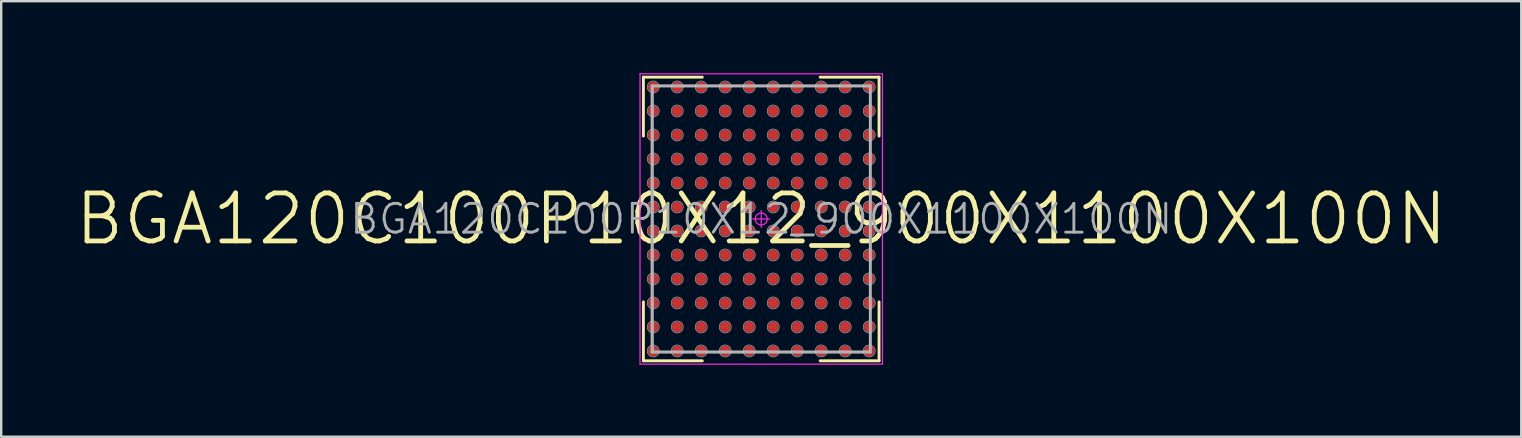
<source format=kicad_pcb>
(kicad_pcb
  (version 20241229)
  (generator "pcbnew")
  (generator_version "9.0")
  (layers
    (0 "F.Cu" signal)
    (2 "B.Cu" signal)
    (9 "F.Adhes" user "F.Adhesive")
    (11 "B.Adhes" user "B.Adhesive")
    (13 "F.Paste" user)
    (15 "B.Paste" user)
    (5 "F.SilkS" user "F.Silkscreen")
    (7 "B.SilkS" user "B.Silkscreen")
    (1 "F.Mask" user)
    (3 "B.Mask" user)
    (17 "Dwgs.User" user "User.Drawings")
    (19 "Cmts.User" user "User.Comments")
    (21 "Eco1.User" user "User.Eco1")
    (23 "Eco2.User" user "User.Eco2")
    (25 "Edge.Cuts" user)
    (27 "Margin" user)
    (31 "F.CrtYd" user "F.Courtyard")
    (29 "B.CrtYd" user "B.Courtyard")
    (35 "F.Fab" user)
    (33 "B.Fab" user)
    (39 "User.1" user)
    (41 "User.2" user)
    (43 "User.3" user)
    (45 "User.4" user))
  (footprint "BGA120C100P10X12_900X1100X100N"
    (layer "F.Cu")
    (at 28.671 6.075)
    (property "Reference" "BGA120C100P10X12_900X1100X100N" (at 0 0 0) (layer "F.Fab") (effects (font (size 1.2 1.2) (thickness 0.12))))
    (attr smd)
    (fp_line (start -4.91 -5.91) (end -4.91 -3.455) (stroke (width 0.12) (type solid)) (layer "F.SilkS"))
    (fp_line (start -4.91 5.91) (end -4.91 3.455) (stroke (width 0.12) (type solid)) (layer "F.SilkS"))
    (fp_line (start -2.455 -5.91) (end -4.91 -5.91) (stroke (width 0.12) (type solid)) (layer "F.SilkS"))
    (fp_line (start -2.455 5.91) (end -4.91 5.91) (stroke (width 0.12) (type solid)) (layer "F.SilkS"))
    (fp_line (start 2.455 -5.91) (end 4.91 -5.91) (stroke (width 0.12) (type solid)) (layer "F.SilkS"))
    (fp_line (start 2.455 5.91) (end 4.91 5.91) (stroke (width 0.12) (type solid)) (layer "F.SilkS"))
    (fp_line (start 4.91 -5.91) (end 4.91 -3.455) (stroke (width 0.12) (type solid)) (layer "F.SilkS"))
    (fp_line (start 4.91 5.91) (end 4.91 3.455) (stroke (width 0.12) (type solid)) (layer "F.SilkS"))
    (fp_line (start -4.5 -5.5) (end 4.5 -5.5) (stroke (width 0.025) (type solid)) (layer "Dwgs.User"))
    (fp_line (start -4.5 5.5) (end -4.5 -5.5) (stroke (width 0.025) (type solid)) (layer "Dwgs.User"))
    (fp_line (start 4.5 -5.5) (end 4.5 5.5) (stroke (width 0.025) (type solid)) (layer "Dwgs.User"))
    (fp_line (start 4.5 5.5) (end -4.5 5.5) (stroke (width 0.025) (type solid)) (layer "Dwgs.User"))
    (fp_circle (center -4.5 -5.5) (end -4.5 -5.25) (stroke (width 0.025) (type solid)) (fill no) (layer "Dwgs.User"))
    (fp_circle (center -4.5 -4.5) (end -4.5 -4.25) (stroke (width 0.025) (type solid)) (fill no) (layer "Dwgs.User"))
    (fp_circle (center -4.5 -3.5) (end -4.5 -3.25) (stroke (width 0.025) (type solid)) (fill no) (layer "Dwgs.User"))
    (fp_circle (center -4.5 -2.5) (end -4.5 -2.25) (stroke (width 0.025) (type solid)) (fill no) (layer "Dwgs.User"))
    (fp_circle (center -4.5 -1.5) (end -4.5 -1.25) (stroke (width 0.025) (type solid)) (fill no) (layer "Dwgs.User"))
    (fp_circle (center -4.5 -0.5) (end -4.5 -0.25) (stroke (width 0.025) (type solid)) (fill no) (layer "Dwgs.User"))
    (fp_circle (center -4.5 0.5) (end -4.5 0.75) (stroke (width 0.025) (type solid)) (fill no) (layer "Dwgs.User"))
    (fp_circle (center -4.5 1.5) (end -4.5 1.75) (stroke (width 0.025) (type solid)) (fill no) (layer "Dwgs.User"))
    (fp_circle (center -4.5 2.5) (end -4.5 2.75) (stroke (width 0.025) (type solid)) (fill no) (layer "Dwgs.User"))
    (fp_circle (center -4.5 3.5) (end -4.5 3.75) (stroke (width 0.025) (type solid)) (fill no) (layer "Dwgs.User"))
    (fp_circle (center -4.5 4.5) (end -4.5 4.75) (stroke (width 0.025) (type solid)) (fill no) (layer "Dwgs.User"))
    (fp_circle (center -4.5 5.5) (end -4.5 5.75) (stroke (width 0.025) (type solid)) (fill no) (layer "Dwgs.User"))
    (fp_circle (center -3.5 -5.5) (end -3.5 -5.25) (stroke (width 0.025) (type solid)) (fill no) (layer "Dwgs.User"))
    (fp_circle (center -3.5 -4.5) (end -3.5 -4.25) (stroke (width 0.025) (type solid)) (fill no) (layer "Dwgs.User"))
    (fp_circle (center -3.5 -3.5) (end -3.5 -3.25) (stroke (width 0.025) (type solid)) (fill no) (layer "Dwgs.User"))
    (fp_circle (center -3.5 -2.5) (end -3.5 -2.25) (stroke (width 0.025) (type solid)) (fill no) (layer "Dwgs.User"))
    (fp_circle (center -3.5 -1.5) (end -3.5 -1.25) (stroke (width 0.025) (type solid)) (fill no) (layer "Dwgs.User"))
    (fp_circle (center -3.5 -0.5) (end -3.5 -0.25) (stroke (width 0.025) (type solid)) (fill no) (layer "Dwgs.User"))
    (fp_circle (center -3.5 0.5) (end -3.5 0.75) (stroke (width 0.025) (type solid)) (fill no) (layer "Dwgs.User"))
    (fp_circle (center -3.5 1.5) (end -3.5 1.75) (stroke (width 0.025) (type solid)) (fill no) (layer "Dwgs.User"))
    (fp_circle (center -3.5 2.5) (end -3.5 2.75) (stroke (width 0.025) (type solid)) (fill no) (layer "Dwgs.User"))
    (fp_circle (center -3.5 3.5) (end -3.5 3.75) (stroke (width 0.025) (type solid)) (fill no) (layer "Dwgs.User"))
    (fp_circle (center -3.5 4.5) (end -3.5 4.75) (stroke (width 0.025) (type solid)) (fill no) (layer "Dwgs.User"))
    (fp_circle (center -3.5 5.5) (end -3.5 5.75) (stroke (width 0.025) (type solid)) (fill no) (layer "Dwgs.User"))
    (fp_circle (center -2.5 -5.5) (end -2.5 -5.25) (stroke (width 0.025) (type solid)) (fill no) (layer "Dwgs.User"))
    (fp_circle (center -2.5 -4.5) (end -2.5 -4.25) (stroke (width 0.025) (type solid)) (fill no) (layer "Dwgs.User"))
    (fp_circle (center -2.5 -3.5) (end -2.5 -3.25) (stroke (width 0.025) (type solid)) (fill no) (layer "Dwgs.User"))
    (fp_circle (center -2.5 -2.5) (end -2.5 -2.25) (stroke (width 0.025) (type solid)) (fill no) (layer "Dwgs.User"))
    (fp_circle (center -2.5 -1.5) (end -2.5 -1.25) (stroke (width 0.025) (type solid)) (fill no) (layer "Dwgs.User"))
    (fp_circle (center -2.5 -0.5) (end -2.5 -0.25) (stroke (width 0.025) (type solid)) (fill no) (layer "Dwgs.User"))
    (fp_circle (center -2.5 0.5) (end -2.5 0.75) (stroke (width 0.025) (type solid)) (fill no) (layer "Dwgs.User"))
    (fp_circle (center -2.5 1.5) (end -2.5 1.75) (stroke (width 0.025) (type solid)) (fill no) (layer "Dwgs.User"))
    (fp_circle (center -2.5 2.5) (end -2.5 2.75) (stroke (width 0.025) (type solid)) (fill no) (layer "Dwgs.User"))
    (fp_circle (center -2.5 3.5) (end -2.5 3.75) (stroke (width 0.025) (type solid)) (fill no) (layer "Dwgs.User"))
    (fp_circle (center -2.5 4.5) (end -2.5 4.75) (stroke (width 0.025) (type solid)) (fill no) (layer "Dwgs.User"))
    (fp_circle (center -2.5 5.5) (end -2.5 5.75) (stroke (width 0.025) (type solid)) (fill no) (layer "Dwgs.User"))
    (fp_circle (center -1.5 -5.5) (end -1.5 -5.25) (stroke (width 0.025) (type solid)) (fill no) (layer "Dwgs.User"))
    (fp_circle (center -1.5 -4.5) (end -1.5 -4.25) (stroke (width 0.025) (type solid)) (fill no) (layer "Dwgs.User"))
    (fp_circle (center -1.5 -3.5) (end -1.5 -3.25) (stroke (width 0.025) (type solid)) (fill no) (layer "Dwgs.User"))
    (fp_circle (center -1.5 -2.5) (end -1.5 -2.25) (stroke (width 0.025) (type solid)) (fill no) (layer "Dwgs.User"))
    (fp_circle (center -1.5 -1.5) (end -1.5 -1.25) (stroke (width 0.025) (type solid)) (fill no) (layer "Dwgs.User"))
    (fp_circle (center -1.5 -0.5) (end -1.5 -0.25) (stroke (width 0.025) (type solid)) (fill no) (layer "Dwgs.User"))
    (fp_circle (center -1.5 0.5) (end -1.5 0.75) (stroke (width 0.025) (type solid)) (fill no) (layer "Dwgs.User"))
    (fp_circle (center -1.5 1.5) (end -1.5 1.75) (stroke (width 0.025) (type solid)) (fill no) (layer "Dwgs.User"))
    (fp_circle (center -1.5 2.5) (end -1.5 2.75) (stroke (width 0.025) (type solid)) (fill no) (layer "Dwgs.User"))
    (fp_circle (center -1.5 3.5) (end -1.5 3.75) (stroke (width 0.025) (type solid)) (fill no) (layer "Dwgs.User"))
    (fp_circle (center -1.5 4.5) (end -1.5 4.75) (stroke (width 0.025) (type solid)) (fill no) (layer "Dwgs.User"))
    (fp_circle (center -1.5 5.5) (end -1.5 5.75) (stroke (width 0.025) (type solid)) (fill no) (layer "Dwgs.User"))
    (fp_circle (center -0.5 -5.5) (end -0.5 -5.25) (stroke (width 0.025) (type solid)) (fill no) (layer "Dwgs.User"))
    (fp_circle (center -0.5 -4.5) (end -0.5 -4.25) (stroke (width 0.025) (type solid)) (fill no) (layer "Dwgs.User"))
    (fp_circle (center -0.5 -3.5) (end -0.5 -3.25) (stroke (width 0.025) (type solid)) (fill no) (layer "Dwgs.User"))
    (fp_circle (center -0.5 -2.5) (end -0.5 -2.25) (stroke (width 0.025) (type solid)) (fill no) (layer "Dwgs.User"))
    (fp_circle (center -0.5 -1.5) (end -0.5 -1.25) (stroke (width 0.025) (type solid)) (fill no) (layer "Dwgs.User"))
    (fp_circle (center -0.5 -0.5) (end -0.5 -0.25) (stroke (width 0.025) (type solid)) (fill no) (layer "Dwgs.User"))
    (fp_circle (center -0.5 0.5) (end -0.5 0.75) (stroke (width 0.025) (type solid)) (fill no) (layer "Dwgs.User"))
    (fp_circle (center -0.5 1.5) (end -0.5 1.75) (stroke (width 0.025) (type solid)) (fill no) (layer "Dwgs.User"))
    (fp_circle (center -0.5 2.5) (end -0.5 2.75) (stroke (width 0.025) (type solid)) (fill no) (layer "Dwgs.User"))
    (fp_circle (center -0.5 3.5) (end -0.5 3.75) (stroke (width 0.025) (type solid)) (fill no) (layer "Dwgs.User"))
    (fp_circle (center -0.5 4.5) (end -0.5 4.75) (stroke (width 0.025) (type solid)) (fill no) (layer "Dwgs.User"))
    (fp_circle (center -0.5 5.5) (end -0.5 5.75) (stroke (width 0.025) (type solid)) (fill no) (layer "Dwgs.User"))
    (fp_circle (center 0.5 -5.5) (end 0.5 -5.25) (stroke (width 0.025) (type solid)) (fill no) (layer "Dwgs.User"))
    (fp_circle (center 0.5 -4.5) (end 0.5 -4.25) (stroke (width 0.025) (type solid)) (fill no) (layer "Dwgs.User"))
    (fp_circle (center 0.5 -3.5) (end 0.5 -3.25) (stroke (width 0.025) (type solid)) (fill no) (layer "Dwgs.User"))
    (fp_circle (center 0.5 -2.5) (end 0.5 -2.25) (stroke (width 0.025) (type solid)) (fill no) (layer "Dwgs.User"))
    (fp_circle (center 0.5 -1.5) (end 0.5 -1.25) (stroke (width 0.025) (type solid)) (fill no) (layer "Dwgs.User"))
    (fp_circle (center 0.5 -0.5) (end 0.5 -0.25) (stroke (width 0.025) (type solid)) (fill no) (layer "Dwgs.User"))
    (fp_circle (center 0.5 0.5) (end 0.5 0.75) (stroke (width 0.025) (type solid)) (fill no) (layer "Dwgs.User"))
    (fp_circle (center 0.5 1.5) (end 0.5 1.75) (stroke (width 0.025) (type solid)) (fill no) (layer "Dwgs.User"))
    (fp_circle (center 0.5 2.5) (end 0.5 2.75) (stroke (width 0.025) (type solid)) (fill no) (layer "Dwgs.User"))
    (fp_circle (center 0.5 3.5) (end 0.5 3.75) (stroke (width 0.025) (type solid)) (fill no) (layer "Dwgs.User"))
    (fp_circle (center 0.5 4.5) (end 0.5 4.75) (stroke (width 0.025) (type solid)) (fill no) (layer "Dwgs.User"))
    (fp_circle (center 0.5 5.5) (end 0.5 5.75) (stroke (width 0.025) (type solid)) (fill no) (layer "Dwgs.User"))
    (fp_circle (center 1.5 -5.5) (end 1.5 -5.25) (stroke (width 0.025) (type solid)) (fill no) (layer "Dwgs.User"))
    (fp_circle (center 1.5 -4.5) (end 1.5 -4.25) (stroke (width 0.025) (type solid)) (fill no) (layer "Dwgs.User"))
    (fp_circle (center 1.5 -3.5) (end 1.5 -3.25) (stroke (width 0.025) (type solid)) (fill no) (layer "Dwgs.User"))
    (fp_circle (center 1.5 -2.5) (end 1.5 -2.25) (stroke (width 0.025) (type solid)) (fill no) (layer "Dwgs.User"))
    (fp_circle (center 1.5 -1.5) (end 1.5 -1.25) (stroke (width 0.025) (type solid)) (fill no) (layer "Dwgs.User"))
    (fp_circle (center 1.5 -0.5) (end 1.5 -0.25) (stroke (width 0.025) (type solid)) (fill no) (layer "Dwgs.User"))
    (fp_circle (center 1.5 0.5) (end 1.5 0.75) (stroke (width 0.025) (type solid)) (fill no) (layer "Dwgs.User"))
    (fp_circle (center 1.5 1.5) (end 1.5 1.75) (stroke (width 0.025) (type solid)) (fill no) (layer "Dwgs.User"))
    (fp_circle (center 1.5 2.5) (end 1.5 2.75) (stroke (width 0.025) (type solid)) (fill no) (layer "Dwgs.User"))
    (fp_circle (center 1.5 3.5) (end 1.5 3.75) (stroke (width 0.025) (type solid)) (fill no) (layer "Dwgs.User"))
    (fp_circle (center 1.5 4.5) (end 1.5 4.75) (stroke (width 0.025) (type solid)) (fill no) (layer "Dwgs.User"))
    (fp_circle (center 1.5 5.5) (end 1.5 5.75) (stroke (width 0.025) (type solid)) (fill no) (layer "Dwgs.User"))
    (fp_circle (center 2.5 -5.5) (end 2.5 -5.25) (stroke (width 0.025) (type solid)) (fill no) (layer "Dwgs.User"))
    (fp_circle (center 2.5 -4.5) (end 2.5 -4.25) (stroke (width 0.025) (type solid)) (fill no) (layer "Dwgs.User"))
    (fp_circle (center 2.5 -3.5) (end 2.5 -3.25) (stroke (width 0.025) (type solid)) (fill no) (layer "Dwgs.User"))
    (fp_circle (center 2.5 -2.5) (end 2.5 -2.25) (stroke (width 0.025) (type solid)) (fill no) (layer "Dwgs.User"))
    (fp_circle (center 2.5 -1.5) (end 2.5 -1.25) (stroke (width 0.025) (type solid)) (fill no) (layer "Dwgs.User"))
    (fp_circle (center 2.5 -0.5) (end 2.5 -0.25) (stroke (width 0.025) (type solid)) (fill no) (layer "Dwgs.User"))
    (fp_circle (center 2.5 0.5) (end 2.5 0.75) (stroke (width 0.025) (type solid)) (fill no) (layer "Dwgs.User"))
    (fp_circle (center 2.5 1.5) (end 2.5 1.75) (stroke (width 0.025) (type solid)) (fill no) (layer "Dwgs.User"))
    (fp_circle (center 2.5 2.5) (end 2.5 2.75) (stroke (width 0.025) (type solid)) (fill no) (layer "Dwgs.User"))
    (fp_circle (center 2.5 3.5) (end 2.5 3.75) (stroke (width 0.025) (type solid)) (fill no) (layer "Dwgs.User"))
    (fp_circle (center 2.5 4.5) (end 2.5 4.75) (stroke (width 0.025) (type solid)) (fill no) (layer "Dwgs.User"))
    (fp_circle (center 2.5 5.5) (end 2.5 5.75) (stroke (width 0.025) (type solid)) (fill no) (layer "Dwgs.User"))
    (fp_circle (center 3.5 -5.5) (end 3.5 -5.25) (stroke (width 0.025) (type solid)) (fill no) (layer "Dwgs.User"))
    (fp_circle (center 3.5 -4.5) (end 3.5 -4.25) (stroke (width 0.025) (type solid)) (fill no) (layer "Dwgs.User"))
    (fp_circle (center 3.5 -3.5) (end 3.5 -3.25) (stroke (width 0.025) (type solid)) (fill no) (layer "Dwgs.User"))
    (fp_circle (center 3.5 -2.5) (end 3.5 -2.25) (stroke (width 0.025) (type solid)) (fill no) (layer "Dwgs.User"))
    (fp_circle (center 3.5 -1.5) (end 3.5 -1.25) (stroke (width 0.025) (type solid)) (fill no) (layer "Dwgs.User"))
    (fp_circle (center 3.5 -0.5) (end 3.5 -0.25) (stroke (width 0.025) (type solid)) (fill no) (layer "Dwgs.User"))
    (fp_circle (center 3.5 0.5) (end 3.5 0.75) (stroke (width 0.025) (type solid)) (fill no) (layer "Dwgs.User"))
    (fp_circle (center 3.5 1.5) (end 3.5 1.75) (stroke (width 0.025) (type solid)) (fill no) (layer "Dwgs.User"))
    (fp_circle (center 3.5 2.5) (end 3.5 2.75) (stroke (width 0.025) (type solid)) (fill no) (layer "Dwgs.User"))
    (fp_circle (center 3.5 3.5) (end 3.5 3.75) (stroke (width 0.025) (type solid)) (fill no) (layer "Dwgs.User"))
    (fp_circle (center 3.5 4.5) (end 3.5 4.75) (stroke (width 0.025) (type solid)) (fill no) (layer "Dwgs.User"))
    (fp_circle (center 3.5 5.5) (end 3.5 5.75) (stroke (width 0.025) (type solid)) (fill no) (layer "Dwgs.User"))
    (fp_circle (center 4.5 -5.5) (end 4.5 -5.25) (stroke (width 0.025) (type solid)) (fill no) (layer "Dwgs.User"))
    (fp_circle (center 4.5 -4.5) (end 4.5 -4.25) (stroke (width 0.025) (type solid)) (fill no) (layer "Dwgs.User"))
    (fp_circle (center 4.5 -3.5) (end 4.5 -3.25) (stroke (width 0.025) (type solid)) (fill no) (layer "Dwgs.User"))
    (fp_circle (center 4.5 -2.5) (end 4.5 -2.25) (stroke (width 0.025) (type solid)) (fill no) (layer "Dwgs.User"))
    (fp_circle (center 4.5 -1.5) (end 4.5 -1.25) (stroke (width 0.025) (type solid)) (fill no) (layer "Dwgs.User"))
    (fp_circle (center 4.5 -0.5) (end 4.5 -0.25) (stroke (width 0.025) (type solid)) (fill no) (layer "Dwgs.User"))
    (fp_circle (center 4.5 0.5) (end 4.5 0.75) (stroke (width 0.025) (type solid)) (fill no) (layer "Dwgs.User"))
    (fp_circle (center 4.5 1.5) (end 4.5 1.75) (stroke (width 0.025) (type solid)) (fill no) (layer "Dwgs.User"))
    (fp_circle (center 4.5 2.5) (end 4.5 2.75) (stroke (width 0.025) (type solid)) (fill no) (layer "Dwgs.User"))
    (fp_circle (center 4.5 3.5) (end 4.5 3.75) (stroke (width 0.025) (type solid)) (fill no) (layer "Dwgs.User"))
    (fp_circle (center 4.5 4.5) (end 4.5 4.75) (stroke (width 0.025) (type solid)) (fill no) (layer "Dwgs.User"))
    (fp_circle (center 4.5 5.5) (end 4.5 5.75) (stroke (width 0.025) (type solid)) (fill no) (layer "Dwgs.User"))
    (fp_line (start -5.05 -6.05) (end 5.05 -6.05) (stroke (width 0.05) (type solid)) (layer "F.CrtYd"))
    (fp_line (start -5.05 6.05) (end -5.05 -6.05) (stroke (width 0.05) (type solid)) (layer "F.CrtYd"))
    (fp_line (start 0 0.35) (end 0 -0.35) (stroke (width 0.05) (type solid)) (layer "F.CrtYd"))
    (fp_line (start 0.35 0) (end -0.35 0) (stroke (width 0.05) (type solid)) (layer "F.CrtYd"))
    (fp_line (start 5.05 -6.05) (end 5.05 6.05) (stroke (width 0.05) (type solid)) (layer "F.CrtYd"))
    (fp_line (start 5.05 6.05) (end -5.05 6.05) (stroke (width 0.05) (type solid)) (layer "F.CrtYd"))
    (fp_circle (center 0 0) (end 0 0.25) (stroke (width 0.05) (type solid)) (fill no) (layer "F.CrtYd"))
    (fp_line (start -4.55 -5.55) (end 4.55 -5.55) (stroke (width 0.12) (type solid)) (layer "F.Fab"))
    (fp_line (start -4.55 5.55) (end -4.55 -5.55) (stroke (width 0.12) (type solid)) (layer "F.Fab"))
    (fp_line (start 4.55 -5.55) (end 4.55 5.55) (stroke (width 0.12) (type solid)) (layer "F.Fab"))
    (fp_line (start 4.55 5.55) (end -4.55 5.55) (stroke (width 0.12) (type solid)) (layer "F.Fab"))
    (fp_text user "${REFERENCE}" (at 0 0 0) (layer "F.SilkS") (effects (font (size 2 2) (thickness 0.2))))
    (pad "A1" smd circle (at 4.5 -5.5) (size 0.45 0.45) (layers "F.Cu" "F.Mask" "F.Paste"))
    (pad "A2" smd circle (at 4.5 -4.5) (size 0.45 0.45) (layers "F.Cu" "F.Mask" "F.Paste"))
    (pad "A3" smd circle (at 4.5 -3.5) (size 0.45 0.45) (layers "F.Cu" "F.Mask" "F.Paste"))
    (pad "A4" smd circle (at 4.5 -2.5) (size 0.45 0.45) (layers "F.Cu" "F.Mask" "F.Paste"))
    (pad "A5" smd circle (at 4.5 -1.5) (size 0.45 0.45) (layers "F.Cu" "F.Mask" "F.Paste"))
    (pad "A6" smd circle (at 4.5 -0.5) (size 0.45 0.45) (layers "F.Cu" "F.Mask" "F.Paste"))
    (pad "A7" smd circle (at 4.5 0.5) (size 0.45 0.45) (layers "F.Cu" "F.Mask" "F.Paste"))
    (pad "A8" smd circle (at 4.5 1.5) (size 0.45 0.45) (layers "F.Cu" "F.Mask" "F.Paste"))
    (pad "A9" smd circle (at 4.5 2.5) (size 0.45 0.45) (layers "F.Cu" "F.Mask" "F.Paste"))
    (pad "A10" smd circle (at 4.5 3.5) (size 0.45 0.45) (layers "F.Cu" "F.Mask" "F.Paste"))
    (pad "A11" smd circle (at 4.5 4.5) (size 0.45 0.45) (layers "F.Cu" "F.Mask" "F.Paste"))
    (pad "A12" smd circle (at 4.5 5.5) (size 0.45 0.45) (layers "F.Cu" "F.Mask" "F.Paste"))
    (pad "B1" smd circle (at 3.5 -5.5) (size 0.45 0.45) (layers "F.Cu" "F.Mask" "F.Paste"))
    (pad "B2" smd circle (at 3.5 -4.5) (size 0.45 0.45) (layers "F.Cu" "F.Mask" "F.Paste"))
    (pad "B3" smd circle (at 3.5 -3.5) (size 0.45 0.45) (layers "F.Cu" "F.Mask" "F.Paste"))
    (pad "B4" smd circle (at 3.5 -2.5) (size 0.45 0.45) (layers "F.Cu" "F.Mask" "F.Paste"))
    (pad "B5" smd circle (at 3.5 -1.5) (size 0.45 0.45) (layers "F.Cu" "F.Mask" "F.Paste"))
    (pad "B6" smd circle (at 3.5 -0.5) (size 0.45 0.45) (layers "F.Cu" "F.Mask" "F.Paste"))
    (pad "B7" smd circle (at 3.5 0.5) (size 0.45 0.45) (layers "F.Cu" "F.Mask" "F.Paste"))
    (pad "B8" smd circle (at 3.5 1.5) (size 0.45 0.45) (layers "F.Cu" "F.Mask" "F.Paste"))
    (pad "B9" smd circle (at 3.5 2.5) (size 0.45 0.45) (layers "F.Cu" "F.Mask" "F.Paste"))
    (pad "B10" smd circle (at 3.5 3.5) (size 0.45 0.45) (layers "F.Cu" "F.Mask" "F.Paste"))
    (pad "B11" smd circle (at 3.5 4.5) (size 0.45 0.45) (layers "F.Cu" "F.Mask" "F.Paste"))
    (pad "B12" smd circle (at 3.5 5.5) (size 0.45 0.45) (layers "F.Cu" "F.Mask" "F.Paste"))
    (pad "C1" smd circle (at 2.5 -5.5) (size 0.45 0.45) (layers "F.Cu" "F.Mask" "F.Paste"))
    (pad "C2" smd circle (at 2.5 -4.5) (size 0.45 0.45) (layers "F.Cu" "F.Mask" "F.Paste"))
    (pad "C3" smd circle (at 2.5 -3.5) (size 0.45 0.45) (layers "F.Cu" "F.Mask" "F.Paste"))
    (pad "C4" smd circle (at 2.5 -2.5) (size 0.45 0.45) (layers "F.Cu" "F.Mask" "F.Paste"))
    (pad "C5" smd circle (at 2.5 -1.5) (size 0.45 0.45) (layers "F.Cu" "F.Mask" "F.Paste"))
    (pad "C6" smd circle (at 2.5 -0.5) (size 0.45 0.45) (layers "F.Cu" "F.Mask" "F.Paste"))
    (pad "C7" smd circle (at 2.5 0.5) (size 0.45 0.45) (layers "F.Cu" "F.Mask" "F.Paste"))
    (pad "C8" smd circle (at 2.5 1.5) (size 0.45 0.45) (layers "F.Cu" "F.Mask" "F.Paste"))
    (pad "C9" smd circle (at 2.5 2.5) (size 0.45 0.45) (layers "F.Cu" "F.Mask" "F.Paste"))
    (pad "C10" smd circle (at 2.5 3.5) (size 0.45 0.45) (layers "F.Cu" "F.Mask" "F.Paste"))
    (pad "C11" smd circle (at 2.5 4.5) (size 0.45 0.45) (layers "F.Cu" "F.Mask" "F.Paste"))
    (pad "C12" smd circle (at 2.5 5.5) (size 0.45 0.45) (layers "F.Cu" "F.Mask" "F.Paste"))
    (pad "D1" smd circle (at 1.5 -5.5) (size 0.45 0.45) (layers "F.Cu" "F.Mask" "F.Paste"))
    (pad "D2" smd circle (at 1.5 -4.5) (size 0.45 0.45) (layers "F.Cu" "F.Mask" "F.Paste"))
    (pad "D3" smd circle (at 1.5 -3.5) (size 0.45 0.45) (layers "F.Cu" "F.Mask" "F.Paste"))
    (pad "D4" smd circle (at 1.5 -2.5) (size 0.45 0.45) (layers "F.Cu" "F.Mask" "F.Paste"))
    (pad "D5" smd circle (at 1.5 -1.5) (size 0.45 0.45) (layers "F.Cu" "F.Mask" "F.Paste"))
    (pad "D6" smd circle (at 1.5 -0.5) (size 0.45 0.45) (layers "F.Cu" "F.Mask" "F.Paste"))
    (pad "D7" smd circle (at 1.5 0.5) (size 0.45 0.45) (layers "F.Cu" "F.Mask" "F.Paste"))
    (pad "D8" smd circle (at 1.5 1.5) (size 0.45 0.45) (layers "F.Cu" "F.Mask" "F.Paste"))
    (pad "D9" smd circle (at 1.5 2.5) (size 0.45 0.45) (layers "F.Cu" "F.Mask" "F.Paste"))
    (pad "D10" smd circle (at 1.5 3.5) (size 0.45 0.45) (layers "F.Cu" "F.Mask" "F.Paste"))
    (pad "D11" smd circle (at 1.5 4.5) (size 0.45 0.45) (layers "F.Cu" "F.Mask" "F.Paste"))
    (pad "D12" smd circle (at 1.5 5.5) (size 0.45 0.45) (layers "F.Cu" "F.Mask" "F.Paste"))
    (pad "E1" smd circle (at 0.5 -5.5) (size 0.45 0.45) (layers "F.Cu" "F.Mask" "F.Paste"))
    (pad "E2" smd circle (at 0.5 -4.5) (size 0.45 0.45) (layers "F.Cu" "F.Mask" "F.Paste"))
    (pad "E3" smd circle (at 0.5 -3.5) (size 0.45 0.45) (layers "F.Cu" "F.Mask" "F.Paste"))
    (pad "E4" smd circle (at 0.5 -2.5) (size 0.45 0.45) (layers "F.Cu" "F.Mask" "F.Paste"))
    (pad "E5" smd circle (at 0.5 -1.5) (size 0.45 0.45) (layers "F.Cu" "F.Mask" "F.Paste"))
    (pad "E6" smd circle (at 0.5 -0.5) (size 0.45 0.45) (layers "F.Cu" "F.Mask" "F.Paste"))
    (pad "E7" smd circle (at 0.5 0.5) (size 0.45 0.45) (layers "F.Cu" "F.Mask" "F.Paste"))
    (pad "E8" smd circle (at 0.5 1.5) (size 0.45 0.45) (layers "F.Cu" "F.Mask" "F.Paste"))
    (pad "E9" smd circle (at 0.5 2.5) (size 0.45 0.45) (layers "F.Cu" "F.Mask" "F.Paste"))
    (pad "E10" smd circle (at 0.5 3.5) (size 0.45 0.45) (layers "F.Cu" "F.Mask" "F.Paste"))
    (pad "E11" smd circle (at 0.5 4.5) (size 0.45 0.45) (layers "F.Cu" "F.Mask" "F.Paste"))
    (pad "E12" smd circle (at 0.5 5.5) (size 0.45 0.45) (layers "F.Cu" "F.Mask" "F.Paste"))
    (pad "F1" smd circle (at -0.5 -5.5) (size 0.45 0.45) (layers "F.Cu" "F.Mask" "F.Paste"))
    (pad "F2" smd circle (at -0.5 -4.5) (size 0.45 0.45) (layers "F.Cu" "F.Mask" "F.Paste"))
    (pad "F3" smd circle (at -0.5 -3.5) (size 0.45 0.45) (layers "F.Cu" "F.Mask" "F.Paste"))
    (pad "F4" smd circle (at -0.5 -2.5) (size 0.45 0.45) (layers "F.Cu" "F.Mask" "F.Paste"))
    (pad "F5" smd circle (at -0.5 -1.5) (size 0.45 0.45) (layers "F.Cu" "F.Mask" "F.Paste"))
    (pad "F6" smd circle (at -0.5 -0.5) (size 0.45 0.45) (layers "F.Cu" "F.Mask" "F.Paste"))
    (pad "F7" smd circle (at -0.5 0.5) (size 0.45 0.45) (layers "F.Cu" "F.Mask" "F.Paste"))
    (pad "F8" smd circle (at -0.5 1.5) (size 0.45 0.45) (layers "F.Cu" "F.Mask" "F.Paste"))
    (pad "F9" smd circle (at -0.5 2.5) (size 0.45 0.45) (layers "F.Cu" "F.Mask" "F.Paste"))
    (pad "F10" smd circle (at -0.5 3.5) (size 0.45 0.45) (layers "F.Cu" "F.Mask" "F.Paste"))
    (pad "F11" smd circle (at -0.5 4.5) (size 0.45 0.45) (layers "F.Cu" "F.Mask" "F.Paste"))
    (pad "F12" smd circle (at -0.5 5.5) (size 0.45 0.45) (layers "F.Cu" "F.Mask" "F.Paste"))
    (pad "G1" smd circle (at -1.5 -5.5) (size 0.45 0.45) (layers "F.Cu" "F.Mask" "F.Paste"))
    (pad "G2" smd circle (at -1.5 -4.5) (size 0.45 0.45) (layers "F.Cu" "F.Mask" "F.Paste"))
    (pad "G3" smd circle (at -1.5 -3.5) (size 0.45 0.45) (layers "F.Cu" "F.Mask" "F.Paste"))
    (pad "G4" smd circle (at -1.5 -2.5) (size 0.45 0.45) (layers "F.Cu" "F.Mask" "F.Paste"))
    (pad "G5" smd circle (at -1.5 -1.5) (size 0.45 0.45) (layers "F.Cu" "F.Mask" "F.Paste"))
    (pad "G6" smd circle (at -1.5 -0.5) (size 0.45 0.45) (layers "F.Cu" "F.Mask" "F.Paste"))
    (pad "G7" smd circle (at -1.5 0.5) (size 0.45 0.45) (layers "F.Cu" "F.Mask" "F.Paste"))
    (pad "G8" smd circle (at -1.5 1.5) (size 0.45 0.45) (layers "F.Cu" "F.Mask" "F.Paste"))
    (pad "G9" smd circle (at -1.5 2.5) (size 0.45 0.45) (layers "F.Cu" "F.Mask" "F.Paste"))
    (pad "G10" smd circle (at -1.5 3.5) (size 0.45 0.45) (layers "F.Cu" "F.Mask" "F.Paste"))
    (pad "G11" smd circle (at -1.5 4.5) (size 0.45 0.45) (layers "F.Cu" "F.Mask" "F.Paste"))
    (pad "G12" smd circle (at -1.5 5.5) (size 0.45 0.45) (layers "F.Cu" "F.Mask" "F.Paste"))
    (pad "H1" smd circle (at -2.5 -5.5) (size 0.45 0.45) (layers "F.Cu" "F.Mask" "F.Paste"))
    (pad "H2" smd circle (at -2.5 -4.5) (size 0.45 0.45) (layers "F.Cu" "F.Mask" "F.Paste"))
    (pad "H3" smd circle (at -2.5 -3.5) (size 0.45 0.45) (layers "F.Cu" "F.Mask" "F.Paste"))
    (pad "H4" smd circle (at -2.5 -2.5) (size 0.45 0.45) (layers "F.Cu" "F.Mask" "F.Paste"))
    (pad "H5" smd circle (at -2.5 -1.5) (size 0.45 0.45) (layers "F.Cu" "F.Mask" "F.Paste"))
    (pad "H6" smd circle (at -2.5 -0.5) (size 0.45 0.45) (layers "F.Cu" "F.Mask" "F.Paste"))
    (pad "H7" smd circle (at -2.5 0.5) (size 0.45 0.45) (layers "F.Cu" "F.Mask" "F.Paste"))
    (pad "H8" smd circle (at -2.5 1.5) (size 0.45 0.45) (layers "F.Cu" "F.Mask" "F.Paste"))
    (pad "H9" smd circle (at -2.5 2.5) (size 0.45 0.45) (layers "F.Cu" "F.Mask" "F.Paste"))
    (pad "H10" smd circle (at -2.5 3.5) (size 0.45 0.45) (layers "F.Cu" "F.Mask" "F.Paste"))
    (pad "H11" smd circle (at -2.5 4.5) (size 0.45 0.45) (layers "F.Cu" "F.Mask" "F.Paste"))
    (pad "H12" smd circle (at -2.5 5.5) (size 0.45 0.45) (layers "F.Cu" "F.Mask" "F.Paste"))
    (pad "J1" smd circle (at -3.5 -5.5) (size 0.45 0.45) (layers "F.Cu" "F.Mask" "F.Paste"))
    (pad "J2" smd circle (at -3.5 -4.5) (size 0.45 0.45) (layers "F.Cu" "F.Mask" "F.Paste"))
    (pad "J3" smd circle (at -3.5 -3.5) (size 0.45 0.45) (layers "F.Cu" "F.Mask" "F.Paste"))
    (pad "J4" smd circle (at -3.5 -2.5) (size 0.45 0.45) (layers "F.Cu" "F.Mask" "F.Paste"))
    (pad "J5" smd circle (at -3.5 -1.5) (size 0.45 0.45) (layers "F.Cu" "F.Mask" "F.Paste"))
    (pad "J6" smd circle (at -3.5 -0.5) (size 0.45 0.45) (layers "F.Cu" "F.Mask" "F.Paste"))
    (pad "J7" smd circle (at -3.5 0.5) (size 0.45 0.45) (layers "F.Cu" "F.Mask" "F.Paste"))
    (pad "J8" smd circle (at -3.5 1.5) (size 0.45 0.45) (layers "F.Cu" "F.Mask" "F.Paste"))
    (pad "J9" smd circle (at -3.5 2.5) (size 0.45 0.45) (layers "F.Cu" "F.Mask" "F.Paste"))
    (pad "J10" smd circle (at -3.5 3.5) (size 0.45 0.45) (layers "F.Cu" "F.Mask" "F.Paste"))
    (pad "J11" smd circle (at -3.5 4.5) (size 0.45 0.45) (layers "F.Cu" "F.Mask" "F.Paste"))
    (pad "J12" smd circle (at -3.5 5.5) (size 0.45 0.45) (layers "F.Cu" "F.Mask" "F.Paste"))
    (pad "K1" smd circle (at -4.5 -5.5) (size 0.45 0.45) (layers "F.Cu" "F.Mask" "F.Paste"))
    (pad "K2" smd circle (at -4.5 -4.5) (size 0.45 0.45) (layers "F.Cu" "F.Mask" "F.Paste"))
    (pad "K3" smd circle (at -4.5 -3.5) (size 0.45 0.45) (layers "F.Cu" "F.Mask" "F.Paste"))
    (pad "K4" smd circle (at -4.5 -2.5) (size 0.45 0.45) (layers "F.Cu" "F.Mask" "F.Paste"))
    (pad "K5" smd circle (at -4.5 -1.5) (size 0.45 0.45) (layers "F.Cu" "F.Mask" "F.Paste"))
    (pad "K6" smd circle (at -4.5 -0.5) (size 0.45 0.45) (layers "F.Cu" "F.Mask" "F.Paste"))
    (pad "K7" smd circle (at -4.5 0.5) (size 0.45 0.45) (layers "F.Cu" "F.Mask" "F.Paste"))
    (pad "K8" smd circle (at -4.5 1.5) (size 0.45 0.45) (layers "F.Cu" "F.Mask" "F.Paste"))
    (pad "K9" smd circle (at -4.5 2.5) (size 0.45 0.45) (layers "F.Cu" "F.Mask" "F.Paste"))
    (pad "K10" smd circle (at -4.5 3.5) (size 0.45 0.45) (layers "F.Cu" "F.Mask" "F.Paste"))
    (pad "K11" smd circle (at -4.5 4.5) (size 0.45 0.45) (layers "F.Cu" "F.Mask" "F.Paste"))
    (pad "K12" smd circle (at -4.5 5.5) (size 0.45 0.45) (layers "F.Cu" "F.Mask" "F.Paste")))
  (gr_rect
    (start -3 -3)
    (end 60.343 15.15)
    (stroke (width 0.1) (type default))
    (fill no)
    (layer "Edge.Cuts")))
</source>
